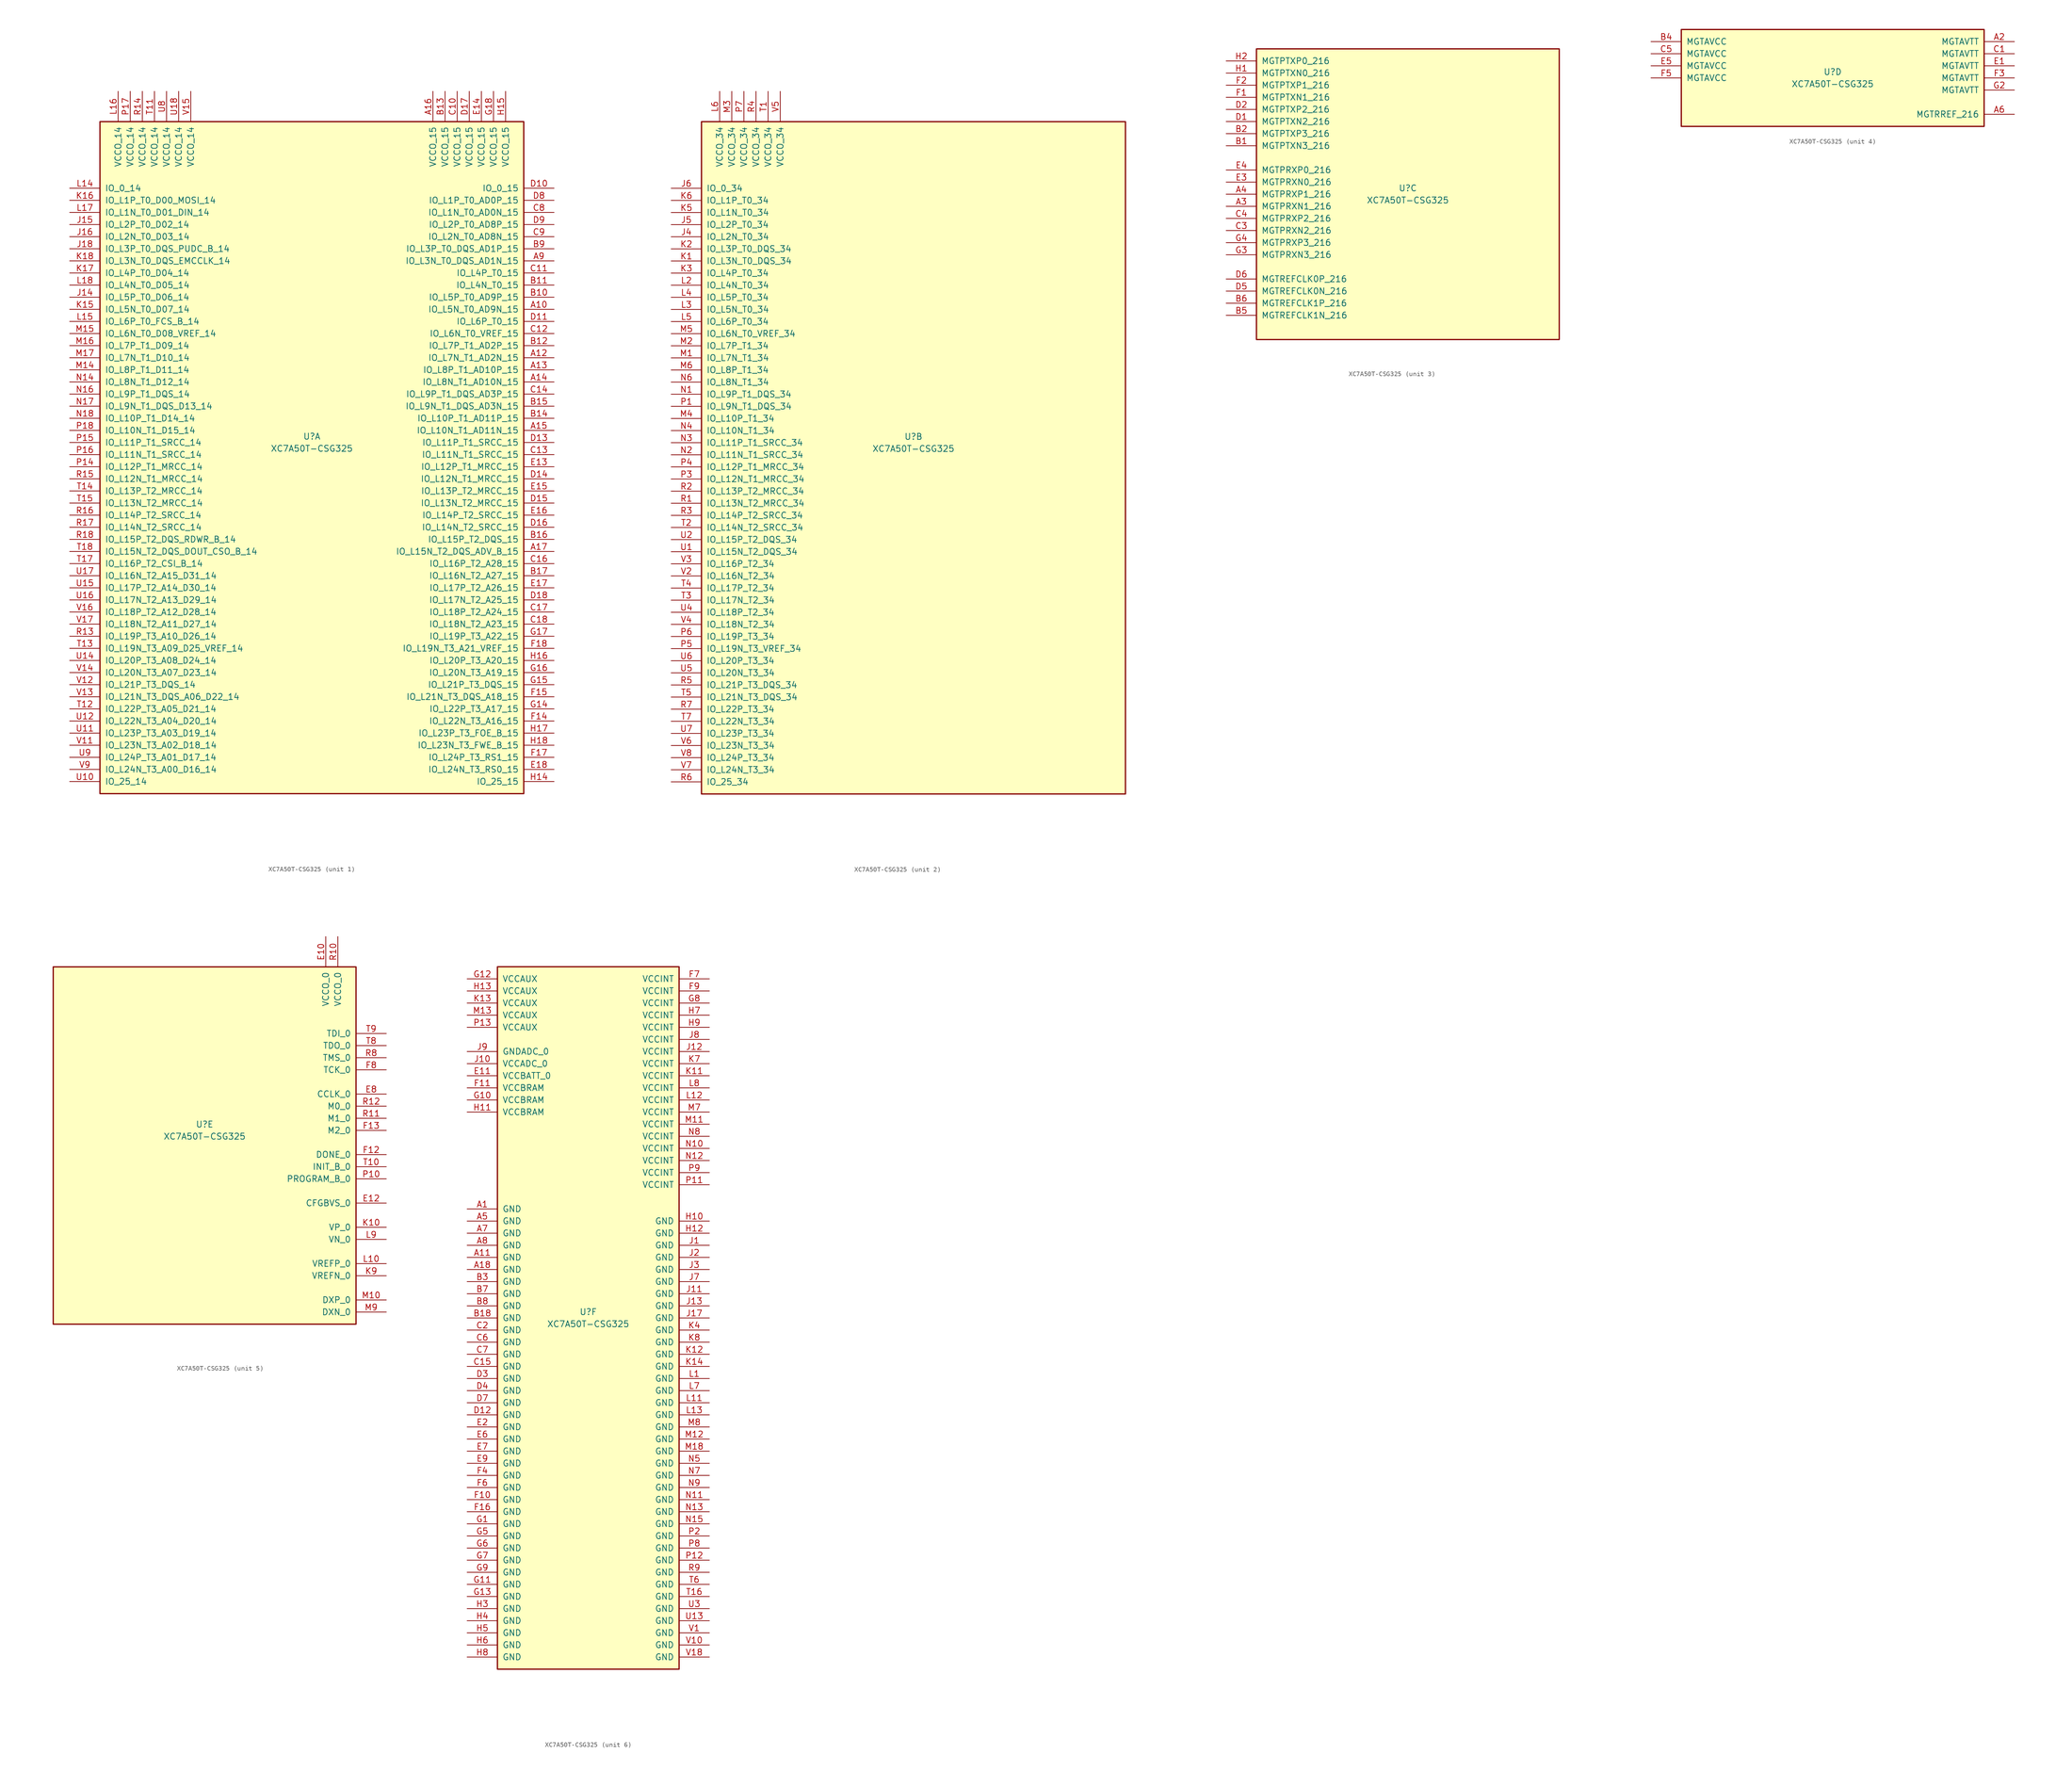
<source format=kicad_sym>
(kicad_symbol_lib
  (version 20201005)
  (generator kicad_symbol_editor)
  (symbol "FPGA_Xilinx_Artix7:XC7A50T-CSG325"
    (pin_names
      (offset 1.016))
    (property "Reference" "U"
      (at 0 1.27 0)
      (effects (font (size 1.27 1.27))))
    (property "Value" "XC7A50T-CSG325"
      (at 0 -1.27 0)
      (effects (font (size 1.27 1.27))))
    (property "Datasheet" ""
      (at 0 0 0)
      (effects (font (size 1.27 1.27))))
    (property "ki_locked" ""
      (at 0 0 0)
      (effects (font (size 1.27 1.27))))
    (symbol "XC7A50T-CSG325_1_1"
      (rectangle (start -44.45 67.31) (end 44.45 -73.66) (stroke (width 0.254)) (fill (type background)))
      (pin power_in line (at -40.64 73.66 270) (length 6.35) (name "VCCO_14" (effects (font (size 1.27 1.27)))) (number "L16" (effects (font (size 1.27 1.27)))))
      (pin power_in line (at -38.1 73.66 270) (length 6.35) (name "VCCO_14" (effects (font (size 1.27 1.27)))) (number "P17" (effects (font (size 1.27 1.27)))))
      (pin power_in line (at -35.56 73.66 270) (length 6.35) (name "VCCO_14" (effects (font (size 1.27 1.27)))) (number "R14" (effects (font (size 1.27 1.27)))))
      (pin power_in line (at -33.02 73.66 270) (length 6.35) (name "VCCO_14" (effects (font (size 1.27 1.27)))) (number "T11" (effects (font (size 1.27 1.27)))))
      (pin power_in line (at -30.48 73.66 270) (length 6.35) (name "VCCO_14" (effects (font (size 1.27 1.27)))) (number "U8" (effects (font (size 1.27 1.27)))))
      (pin power_in line (at -27.94 73.66 270) (length 6.35) (name "VCCO_14" (effects (font (size 1.27 1.27)))) (number "U18" (effects (font (size 1.27 1.27)))))
      (pin power_in line (at -25.4 73.66 270) (length 6.35) (name "VCCO_14" (effects (font (size 1.27 1.27)))) (number "V15" (effects (font (size 1.27 1.27)))))
      (pin bidirectional line (at -50.8 53.34 0) (length 6.35) (name "IO_0_14" (effects (font (size 1.27 1.27)))) (number "L14" (effects (font (size 1.27 1.27)))))
      (pin bidirectional line (at -50.8 50.8 0) (length 6.35) (name "IO_L1P_T0_D00_MOSI_14" (effects (font (size 1.27 1.27)))) (number "K16" (effects (font (size 1.27 1.27)))))
      (pin bidirectional line (at -50.8 48.26 0) (length 6.35) (name "IO_L1N_T0_D01_DIN_14" (effects (font (size 1.27 1.27)))) (number "L17" (effects (font (size 1.27 1.27)))))
      (pin bidirectional line (at -50.8 45.72 0) (length 6.35) (name "IO_L2P_T0_D02_14" (effects (font (size 1.27 1.27)))) (number "J15" (effects (font (size 1.27 1.27)))))
      (pin bidirectional line (at -50.8 43.18 0) (length 6.35) (name "IO_L2N_T0_D03_14" (effects (font (size 1.27 1.27)))) (number "J16" (effects (font (size 1.27 1.27)))))
      (pin bidirectional line (at -50.8 40.64 0) (length 6.35) (name "IO_L3P_T0_DQS_PUDC_B_14" (effects (font (size 1.27 1.27)))) (number "J18" (effects (font (size 1.27 1.27)))))
      (pin bidirectional line (at -50.8 38.1 0) (length 6.35) (name "IO_L3N_T0_DQS_EMCCLK_14" (effects (font (size 1.27 1.27)))) (number "K18" (effects (font (size 1.27 1.27)))))
      (pin bidirectional line (at -50.8 35.56 0) (length 6.35) (name "IO_L4P_T0_D04_14" (effects (font (size 1.27 1.27)))) (number "K17" (effects (font (size 1.27 1.27)))))
      (pin bidirectional line (at -50.8 33.02 0) (length 6.35) (name "IO_L4N_T0_D05_14" (effects (font (size 1.27 1.27)))) (number "L18" (effects (font (size 1.27 1.27)))))
      (pin bidirectional line (at -50.8 30.48 0) (length 6.35) (name "IO_L5P_T0_D06_14" (effects (font (size 1.27 1.27)))) (number "J14" (effects (font (size 1.27 1.27)))))
      (pin bidirectional line (at -50.8 27.94 0) (length 6.35) (name "IO_L5N_T0_D07_14" (effects (font (size 1.27 1.27)))) (number "K15" (effects (font (size 1.27 1.27)))))
      (pin bidirectional line (at -50.8 25.4 0) (length 6.35) (name "IO_L6P_T0_FCS_B_14" (effects (font (size 1.27 1.27)))) (number "L15" (effects (font (size 1.27 1.27)))))
      (pin bidirectional line (at -50.8 22.86 0) (length 6.35) (name "IO_L6N_T0_D08_VREF_14" (effects (font (size 1.27 1.27)))) (number "M15" (effects (font (size 1.27 1.27)))))
      (pin bidirectional line (at -50.8 20.32 0) (length 6.35) (name "IO_L7P_T1_D09_14" (effects (font (size 1.27 1.27)))) (number "M16" (effects (font (size 1.27 1.27)))))
      (pin bidirectional line (at -50.8 17.78 0) (length 6.35) (name "IO_L7N_T1_D10_14" (effects (font (size 1.27 1.27)))) (number "M17" (effects (font (size 1.27 1.27)))))
      (pin bidirectional line (at -50.8 15.24 0) (length 6.35) (name "IO_L8P_T1_D11_14" (effects (font (size 1.27 1.27)))) (number "M14" (effects (font (size 1.27 1.27)))))
      (pin bidirectional line (at -50.8 12.7 0) (length 6.35) (name "IO_L8N_T1_D12_14" (effects (font (size 1.27 1.27)))) (number "N14" (effects (font (size 1.27 1.27)))))
      (pin bidirectional line (at -50.8 10.16 0) (length 6.35) (name "IO_L9P_T1_DQS_14" (effects (font (size 1.27 1.27)))) (number "N16" (effects (font (size 1.27 1.27)))))
      (pin bidirectional line (at -50.8 7.62 0) (length 6.35) (name "IO_L9N_T1_DQS_D13_14" (effects (font (size 1.27 1.27)))) (number "N17" (effects (font (size 1.27 1.27)))))
      (pin bidirectional line (at -50.8 5.08 0) (length 6.35) (name "IO_L10P_T1_D14_14" (effects (font (size 1.27 1.27)))) (number "N18" (effects (font (size 1.27 1.27)))))
      (pin bidirectional line (at -50.8 2.54 0) (length 6.35) (name "IO_L10N_T1_D15_14" (effects (font (size 1.27 1.27)))) (number "P18" (effects (font (size 1.27 1.27)))))
      (pin bidirectional line (at -50.8 0 0) (length 6.35) (name "IO_L11P_T1_SRCC_14" (effects (font (size 1.27 1.27)))) (number "P15" (effects (font (size 1.27 1.27)))))
      (pin bidirectional line (at -50.8 -2.54 0) (length 6.35) (name "IO_L11N_T1_SRCC_14" (effects (font (size 1.27 1.27)))) (number "P16" (effects (font (size 1.27 1.27)))))
      (pin bidirectional line (at -50.8 -5.08 0) (length 6.35) (name "IO_L12P_T1_MRCC_14" (effects (font (size 1.27 1.27)))) (number "P14" (effects (font (size 1.27 1.27)))))
      (pin bidirectional line (at -50.8 -7.62 0) (length 6.35) (name "IO_L12N_T1_MRCC_14" (effects (font (size 1.27 1.27)))) (number "R15" (effects (font (size 1.27 1.27)))))
      (pin bidirectional line (at -50.8 -10.16 0) (length 6.35) (name "IO_L13P_T2_MRCC_14" (effects (font (size 1.27 1.27)))) (number "T14" (effects (font (size 1.27 1.27)))))
      (pin bidirectional line (at -50.8 -12.7 0) (length 6.35) (name "IO_L13N_T2_MRCC_14" (effects (font (size 1.27 1.27)))) (number "T15" (effects (font (size 1.27 1.27)))))
      (pin bidirectional line (at -50.8 -15.24 0) (length 6.35) (name "IO_L14P_T2_SRCC_14" (effects (font (size 1.27 1.27)))) (number "R16" (effects (font (size 1.27 1.27)))))
      (pin bidirectional line (at -50.8 -17.78 0) (length 6.35) (name "IO_L14N_T2_SRCC_14" (effects (font (size 1.27 1.27)))) (number "R17" (effects (font (size 1.27 1.27)))))
      (pin bidirectional line (at -50.8 -20.32 0) (length 6.35) (name "IO_L15P_T2_DQS_RDWR_B_14" (effects (font (size 1.27 1.27)))) (number "R18" (effects (font (size 1.27 1.27)))))
      (pin bidirectional line (at -50.8 -22.86 0) (length 6.35) (name "IO_L15N_T2_DQS_DOUT_CSO_B_14" (effects (font (size 1.27 1.27)))) (number "T18" (effects (font (size 1.27 1.27)))))
      (pin bidirectional line (at -50.8 -25.4 0) (length 6.35) (name "IO_L16P_T2_CSI_B_14" (effects (font (size 1.27 1.27)))) (number "T17" (effects (font (size 1.27 1.27)))))
      (pin bidirectional line (at -50.8 -27.94 0) (length 6.35) (name "IO_L16N_T2_A15_D31_14" (effects (font (size 1.27 1.27)))) (number "U17" (effects (font (size 1.27 1.27)))))
      (pin bidirectional line (at -50.8 -30.48 0) (length 6.35) (name "IO_L17P_T2_A14_D30_14" (effects (font (size 1.27 1.27)))) (number "U15" (effects (font (size 1.27 1.27)))))
      (pin bidirectional line (at -50.8 -33.02 0) (length 6.35) (name "IO_L17N_T2_A13_D29_14" (effects (font (size 1.27 1.27)))) (number "U16" (effects (font (size 1.27 1.27)))))
      (pin bidirectional line (at -50.8 -35.56 0) (length 6.35) (name "IO_L18P_T2_A12_D28_14" (effects (font (size 1.27 1.27)))) (number "V16" (effects (font (size 1.27 1.27)))))
      (pin bidirectional line (at -50.8 -38.1 0) (length 6.35) (name "IO_L18N_T2_A11_D27_14" (effects (font (size 1.27 1.27)))) (number "V17" (effects (font (size 1.27 1.27)))))
      (pin bidirectional line (at -50.8 -40.64 0) (length 6.35) (name "IO_L19P_T3_A10_D26_14" (effects (font (size 1.27 1.27)))) (number "R13" (effects (font (size 1.27 1.27)))))
      (pin bidirectional line (at -50.8 -43.18 0) (length 6.35) (name "IO_L19N_T3_A09_D25_VREF_14" (effects (font (size 1.27 1.27)))) (number "T13" (effects (font (size 1.27 1.27)))))
      (pin bidirectional line (at -50.8 -45.72 0) (length 6.35) (name "IO_L20P_T3_A08_D24_14" (effects (font (size 1.27 1.27)))) (number "U14" (effects (font (size 1.27 1.27)))))
      (pin bidirectional line (at -50.8 -48.26 0) (length 6.35) (name "IO_L20N_T3_A07_D23_14" (effects (font (size 1.27 1.27)))) (number "V14" (effects (font (size 1.27 1.27)))))
      (pin bidirectional line (at -50.8 -50.8 0) (length 6.35) (name "IO_L21P_T3_DQS_14" (effects (font (size 1.27 1.27)))) (number "V12" (effects (font (size 1.27 1.27)))))
      (pin bidirectional line (at -50.8 -53.34 0) (length 6.35) (name "IO_L21N_T3_DQS_A06_D22_14" (effects (font (size 1.27 1.27)))) (number "V13" (effects (font (size 1.27 1.27)))))
      (pin bidirectional line (at -50.8 -55.88 0) (length 6.35) (name "IO_L22P_T3_A05_D21_14" (effects (font (size 1.27 1.27)))) (number "T12" (effects (font (size 1.27 1.27)))))
      (pin bidirectional line (at -50.8 -58.42 0) (length 6.35) (name "IO_L22N_T3_A04_D20_14" (effects (font (size 1.27 1.27)))) (number "U12" (effects (font (size 1.27 1.27)))))
      (pin bidirectional line (at -50.8 -60.96 0) (length 6.35) (name "IO_L23P_T3_A03_D19_14" (effects (font (size 1.27 1.27)))) (number "U11" (effects (font (size 1.27 1.27)))))
      (pin bidirectional line (at -50.8 -63.5 0) (length 6.35) (name "IO_L23N_T3_A02_D18_14" (effects (font (size 1.27 1.27)))) (number "V11" (effects (font (size 1.27 1.27)))))
      (pin bidirectional line (at -50.8 -66.04 0) (length 6.35) (name "IO_L24P_T3_A01_D17_14" (effects (font (size 1.27 1.27)))) (number "U9" (effects (font (size 1.27 1.27)))))
      (pin bidirectional line (at -50.8 -68.58 0) (length 6.35) (name "IO_L24N_T3_A00_D16_14" (effects (font (size 1.27 1.27)))) (number "V9" (effects (font (size 1.27 1.27)))))
      (pin bidirectional line (at -50.8 -71.12 0) (length 6.35) (name "IO_25_14" (effects (font (size 1.27 1.27)))) (number "U10" (effects (font (size 1.27 1.27)))))
      (pin power_in line (at 25.4 73.66 270) (length 6.35) (name "VCCO_15" (effects (font (size 1.27 1.27)))) (number "A16" (effects (font (size 1.27 1.27)))))
      (pin power_in line (at 27.94 73.66 270) (length 6.35) (name "VCCO_15" (effects (font (size 1.27 1.27)))) (number "B13" (effects (font (size 1.27 1.27)))))
      (pin power_in line (at 30.48 73.66 270) (length 6.35) (name "VCCO_15" (effects (font (size 1.27 1.27)))) (number "C10" (effects (font (size 1.27 1.27)))))
      (pin power_in line (at 33.02 73.66 270) (length 6.35) (name "VCCO_15" (effects (font (size 1.27 1.27)))) (number "D17" (effects (font (size 1.27 1.27)))))
      (pin power_in line (at 35.56 73.66 270) (length 6.35) (name "VCCO_15" (effects (font (size 1.27 1.27)))) (number "E14" (effects (font (size 1.27 1.27)))))
      (pin power_in line (at 38.1 73.66 270) (length 6.35) (name "VCCO_15" (effects (font (size 1.27 1.27)))) (number "G18" (effects (font (size 1.27 1.27)))))
      (pin power_in line (at 40.64 73.66 270) (length 6.35) (name "VCCO_15" (effects (font (size 1.27 1.27)))) (number "H15" (effects (font (size 1.27 1.27)))))
      (pin bidirectional line (at 50.8 53.34 180) (length 6.35) (name "IO_0_15" (effects (font (size 1.27 1.27)))) (number "D10" (effects (font (size 1.27 1.27)))))
      (pin bidirectional line (at 50.8 50.8 180) (length 6.35) (name "IO_L1P_T0_AD0P_15" (effects (font (size 1.27 1.27)))) (number "D8" (effects (font (size 1.27 1.27)))))
      (pin bidirectional line (at 50.8 48.26 180) (length 6.35) (name "IO_L1N_T0_AD0N_15" (effects (font (size 1.27 1.27)))) (number "C8" (effects (font (size 1.27 1.27)))))
      (pin bidirectional line (at 50.8 45.72 180) (length 6.35) (name "IO_L2P_T0_AD8P_15" (effects (font (size 1.27 1.27)))) (number "D9" (effects (font (size 1.27 1.27)))))
      (pin bidirectional line (at 50.8 43.18 180) (length 6.35) (name "IO_L2N_T0_AD8N_15" (effects (font (size 1.27 1.27)))) (number "C9" (effects (font (size 1.27 1.27)))))
      (pin bidirectional line (at 50.8 40.64 180) (length 6.35) (name "IO_L3P_T0_DQS_AD1P_15" (effects (font (size 1.27 1.27)))) (number "B9" (effects (font (size 1.27 1.27)))))
      (pin bidirectional line (at 50.8 38.1 180) (length 6.35) (name "IO_L3N_T0_DQS_AD1N_15" (effects (font (size 1.27 1.27)))) (number "A9" (effects (font (size 1.27 1.27)))))
      (pin bidirectional line (at 50.8 35.56 180) (length 6.35) (name "IO_L4P_T0_15" (effects (font (size 1.27 1.27)))) (number "C11" (effects (font (size 1.27 1.27)))))
      (pin bidirectional line (at 50.8 33.02 180) (length 6.35) (name "IO_L4N_T0_15" (effects (font (size 1.27 1.27)))) (number "B11" (effects (font (size 1.27 1.27)))))
      (pin bidirectional line (at 50.8 30.48 180) (length 6.35) (name "IO_L5P_T0_AD9P_15" (effects (font (size 1.27 1.27)))) (number "B10" (effects (font (size 1.27 1.27)))))
      (pin bidirectional line (at 50.8 27.94 180) (length 6.35) (name "IO_L5N_T0_AD9N_15" (effects (font (size 1.27 1.27)))) (number "A10" (effects (font (size 1.27 1.27)))))
      (pin bidirectional line (at 50.8 25.4 180) (length 6.35) (name "IO_L6P_T0_15" (effects (font (size 1.27 1.27)))) (number "D11" (effects (font (size 1.27 1.27)))))
      (pin bidirectional line (at 50.8 22.86 180) (length 6.35) (name "IO_L6N_T0_VREF_15" (effects (font (size 1.27 1.27)))) (number "C12" (effects (font (size 1.27 1.27)))))
      (pin bidirectional line (at 50.8 20.32 180) (length 6.35) (name "IO_L7P_T1_AD2P_15" (effects (font (size 1.27 1.27)))) (number "B12" (effects (font (size 1.27 1.27)))))
      (pin bidirectional line (at 50.8 17.78 180) (length 6.35) (name "IO_L7N_T1_AD2N_15" (effects (font (size 1.27 1.27)))) (number "A12" (effects (font (size 1.27 1.27)))))
      (pin bidirectional line (at 50.8 15.24 180) (length 6.35) (name "IO_L8P_T1_AD10P_15" (effects (font (size 1.27 1.27)))) (number "A13" (effects (font (size 1.27 1.27)))))
      (pin bidirectional line (at 50.8 12.7 180) (length 6.35) (name "IO_L8N_T1_AD10N_15" (effects (font (size 1.27 1.27)))) (number "A14" (effects (font (size 1.27 1.27)))))
      (pin bidirectional line (at 50.8 10.16 180) (length 6.35) (name "IO_L9P_T1_DQS_AD3P_15" (effects (font (size 1.27 1.27)))) (number "C14" (effects (font (size 1.27 1.27)))))
      (pin bidirectional line (at 50.8 7.62 180) (length 6.35) (name "IO_L9N_T1_DQS_AD3N_15" (effects (font (size 1.27 1.27)))) (number "B15" (effects (font (size 1.27 1.27)))))
      (pin bidirectional line (at 50.8 5.08 180) (length 6.35) (name "IO_L10P_T1_AD11P_15" (effects (font (size 1.27 1.27)))) (number "B14" (effects (font (size 1.27 1.27)))))
      (pin bidirectional line (at 50.8 2.54 180) (length 6.35) (name "IO_L10N_T1_AD11N_15" (effects (font (size 1.27 1.27)))) (number "A15" (effects (font (size 1.27 1.27)))))
      (pin bidirectional line (at 50.8 0 180) (length 6.35) (name "IO_L11P_T1_SRCC_15" (effects (font (size 1.27 1.27)))) (number "D13" (effects (font (size 1.27 1.27)))))
      (pin bidirectional line (at 50.8 -2.54 180) (length 6.35) (name "IO_L11N_T1_SRCC_15" (effects (font (size 1.27 1.27)))) (number "C13" (effects (font (size 1.27 1.27)))))
      (pin bidirectional line (at 50.8 -5.08 180) (length 6.35) (name "IO_L12P_T1_MRCC_15" (effects (font (size 1.27 1.27)))) (number "E13" (effects (font (size 1.27 1.27)))))
      (pin bidirectional line (at 50.8 -7.62 180) (length 6.35) (name "IO_L12N_T1_MRCC_15" (effects (font (size 1.27 1.27)))) (number "D14" (effects (font (size 1.27 1.27)))))
      (pin bidirectional line (at 50.8 -10.16 180) (length 6.35) (name "IO_L13P_T2_MRCC_15" (effects (font (size 1.27 1.27)))) (number "E15" (effects (font (size 1.27 1.27)))))
      (pin bidirectional line (at 50.8 -12.7 180) (length 6.35) (name "IO_L13N_T2_MRCC_15" (effects (font (size 1.27 1.27)))) (number "D15" (effects (font (size 1.27 1.27)))))
      (pin bidirectional line (at 50.8 -15.24 180) (length 6.35) (name "IO_L14P_T2_SRCC_15" (effects (font (size 1.27 1.27)))) (number "E16" (effects (font (size 1.27 1.27)))))
      (pin bidirectional line (at 50.8 -17.78 180) (length 6.35) (name "IO_L14N_T2_SRCC_15" (effects (font (size 1.27 1.27)))) (number "D16" (effects (font (size 1.27 1.27)))))
      (pin bidirectional line (at 50.8 -20.32 180) (length 6.35) (name "IO_L15P_T2_DQS_15" (effects (font (size 1.27 1.27)))) (number "B16" (effects (font (size 1.27 1.27)))))
      (pin bidirectional line (at 50.8 -22.86 180) (length 6.35) (name "IO_L15N_T2_DQS_ADV_B_15" (effects (font (size 1.27 1.27)))) (number "A17" (effects (font (size 1.27 1.27)))))
      (pin bidirectional line (at 50.8 -25.4 180) (length 6.35) (name "IO_L16P_T2_A28_15" (effects (font (size 1.27 1.27)))) (number "C16" (effects (font (size 1.27 1.27)))))
      (pin bidirectional line (at 50.8 -27.94 180) (length 6.35) (name "IO_L16N_T2_A27_15" (effects (font (size 1.27 1.27)))) (number "B17" (effects (font (size 1.27 1.27)))))
      (pin bidirectional line (at 50.8 -30.48 180) (length 6.35) (name "IO_L17P_T2_A26_15" (effects (font (size 1.27 1.27)))) (number "E17" (effects (font (size 1.27 1.27)))))
      (pin bidirectional line (at 50.8 -33.02 180) (length 6.35) (name "IO_L17N_T2_A25_15" (effects (font (size 1.27 1.27)))) (number "D18" (effects (font (size 1.27 1.27)))))
      (pin bidirectional line (at 50.8 -35.56 180) (length 6.35) (name "IO_L18P_T2_A24_15" (effects (font (size 1.27 1.27)))) (number "C17" (effects (font (size 1.27 1.27)))))
      (pin bidirectional line (at 50.8 -38.1 180) (length 6.35) (name "IO_L18N_T2_A23_15" (effects (font (size 1.27 1.27)))) (number "C18" (effects (font (size 1.27 1.27)))))
      (pin bidirectional line (at 50.8 -40.64 180) (length 6.35) (name "IO_L19P_T3_A22_15" (effects (font (size 1.27 1.27)))) (number "G17" (effects (font (size 1.27 1.27)))))
      (pin bidirectional line (at 50.8 -43.18 180) (length 6.35) (name "IO_L19N_T3_A21_VREF_15" (effects (font (size 1.27 1.27)))) (number "F18" (effects (font (size 1.27 1.27)))))
      (pin bidirectional line (at 50.8 -45.72 180) (length 6.35) (name "IO_L20P_T3_A20_15" (effects (font (size 1.27 1.27)))) (number "H16" (effects (font (size 1.27 1.27)))))
      (pin bidirectional line (at 50.8 -48.26 180) (length 6.35) (name "IO_L20N_T3_A19_15" (effects (font (size 1.27 1.27)))) (number "G16" (effects (font (size 1.27 1.27)))))
      (pin bidirectional line (at 50.8 -50.8 180) (length 6.35) (name "IO_L21P_T3_DQS_15" (effects (font (size 1.27 1.27)))) (number "G15" (effects (font (size 1.27 1.27)))))
      (pin bidirectional line (at 50.8 -53.34 180) (length 6.35) (name "IO_L21N_T3_DQS_A18_15" (effects (font (size 1.27 1.27)))) (number "F15" (effects (font (size 1.27 1.27)))))
      (pin bidirectional line (at 50.8 -55.88 180) (length 6.35) (name "IO_L22P_T3_A17_15" (effects (font (size 1.27 1.27)))) (number "G14" (effects (font (size 1.27 1.27)))))
      (pin bidirectional line (at 50.8 -58.42 180) (length 6.35) (name "IO_L22N_T3_A16_15" (effects (font (size 1.27 1.27)))) (number "F14" (effects (font (size 1.27 1.27)))))
      (pin bidirectional line (at 50.8 -60.96 180) (length 6.35) (name "IO_L23P_T3_FOE_B_15" (effects (font (size 1.27 1.27)))) (number "H17" (effects (font (size 1.27 1.27)))))
      (pin bidirectional line (at 50.8 -63.5 180) (length 6.35) (name "IO_L23N_T3_FWE_B_15" (effects (font (size 1.27 1.27)))) (number "H18" (effects (font (size 1.27 1.27)))))
      (pin bidirectional line (at 50.8 -66.04 180) (length 6.35) (name "IO_L24P_T3_RS1_15" (effects (font (size 1.27 1.27)))) (number "F17" (effects (font (size 1.27 1.27)))))
      (pin bidirectional line (at 50.8 -68.58 180) (length 6.35) (name "IO_L24N_T3_RS0_15" (effects (font (size 1.27 1.27)))) (number "E18" (effects (font (size 1.27 1.27)))))
      (pin bidirectional line (at 50.8 -71.12 180) (length 6.35) (name "IO_25_15" (effects (font (size 1.27 1.27)))) (number "H14" (effects (font (size 1.27 1.27))))))
    (symbol "XC7A50T-CSG325_2_1"
      (rectangle (start -44.45 67.31) (end 44.45 -73.66) (stroke (width 0.254)) (fill (type background)))
      (pin power_in line (at -40.64 73.66 270) (length 6.35) (name "VCCO_34" (effects (font (size 1.27 1.27)))) (number "L6" (effects (font (size 1.27 1.27)))))
      (pin power_in line (at -38.1 73.66 270) (length 6.35) (name "VCCO_34" (effects (font (size 1.27 1.27)))) (number "M3" (effects (font (size 1.27 1.27)))))
      (pin power_in line (at -35.56 73.66 270) (length 6.35) (name "VCCO_34" (effects (font (size 1.27 1.27)))) (number "P7" (effects (font (size 1.27 1.27)))))
      (pin power_in line (at -33.02 73.66 270) (length 6.35) (name "VCCO_34" (effects (font (size 1.27 1.27)))) (number "R4" (effects (font (size 1.27 1.27)))))
      (pin power_in line (at -30.48 73.66 270) (length 6.35) (name "VCCO_34" (effects (font (size 1.27 1.27)))) (number "T1" (effects (font (size 1.27 1.27)))))
      (pin power_in line (at -27.94 73.66 270) (length 6.35) (name "VCCO_34" (effects (font (size 1.27 1.27)))) (number "V5" (effects (font (size 1.27 1.27)))))
      (pin bidirectional line (at -50.8 53.34 0) (length 6.35) (name "IO_0_34" (effects (font (size 1.27 1.27)))) (number "J6" (effects (font (size 1.27 1.27)))))
      (pin bidirectional line (at -50.8 50.8 0) (length 6.35) (name "IO_L1P_T0_34" (effects (font (size 1.27 1.27)))) (number "K6" (effects (font (size 1.27 1.27)))))
      (pin bidirectional line (at -50.8 48.26 0) (length 6.35) (name "IO_L1N_T0_34" (effects (font (size 1.27 1.27)))) (number "K5" (effects (font (size 1.27 1.27)))))
      (pin bidirectional line (at -50.8 45.72 0) (length 6.35) (name "IO_L2P_T0_34" (effects (font (size 1.27 1.27)))) (number "J5" (effects (font (size 1.27 1.27)))))
      (pin bidirectional line (at -50.8 43.18 0) (length 6.35) (name "IO_L2N_T0_34" (effects (font (size 1.27 1.27)))) (number "J4" (effects (font (size 1.27 1.27)))))
      (pin bidirectional line (at -50.8 40.64 0) (length 6.35) (name "IO_L3P_T0_DQS_34" (effects (font (size 1.27 1.27)))) (number "K2" (effects (font (size 1.27 1.27)))))
      (pin bidirectional line (at -50.8 38.1 0) (length 6.35) (name "IO_L3N_T0_DQS_34" (effects (font (size 1.27 1.27)))) (number "K1" (effects (font (size 1.27 1.27)))))
      (pin bidirectional line (at -50.8 35.56 0) (length 6.35) (name "IO_L4P_T0_34" (effects (font (size 1.27 1.27)))) (number "K3" (effects (font (size 1.27 1.27)))))
      (pin bidirectional line (at -50.8 33.02 0) (length 6.35) (name "IO_L4N_T0_34" (effects (font (size 1.27 1.27)))) (number "L2" (effects (font (size 1.27 1.27)))))
      (pin bidirectional line (at -50.8 30.48 0) (length 6.35) (name "IO_L5P_T0_34" (effects (font (size 1.27 1.27)))) (number "L4" (effects (font (size 1.27 1.27)))))
      (pin bidirectional line (at -50.8 27.94 0) (length 6.35) (name "IO_L5N_T0_34" (effects (font (size 1.27 1.27)))) (number "L3" (effects (font (size 1.27 1.27)))))
      (pin bidirectional line (at -50.8 25.4 0) (length 6.35) (name "IO_L6P_T0_34" (effects (font (size 1.27 1.27)))) (number "L5" (effects (font (size 1.27 1.27)))))
      (pin bidirectional line (at -50.8 22.86 0) (length 6.35) (name "IO_L6N_T0_VREF_34" (effects (font (size 1.27 1.27)))) (number "M5" (effects (font (size 1.27 1.27)))))
      (pin bidirectional line (at -50.8 20.32 0) (length 6.35) (name "IO_L7P_T1_34" (effects (font (size 1.27 1.27)))) (number "M2" (effects (font (size 1.27 1.27)))))
      (pin bidirectional line (at -50.8 17.78 0) (length 6.35) (name "IO_L7N_T1_34" (effects (font (size 1.27 1.27)))) (number "M1" (effects (font (size 1.27 1.27)))))
      (pin bidirectional line (at -50.8 15.24 0) (length 6.35) (name "IO_L8P_T1_34" (effects (font (size 1.27 1.27)))) (number "M6" (effects (font (size 1.27 1.27)))))
      (pin bidirectional line (at -50.8 12.7 0) (length 6.35) (name "IO_L8N_T1_34" (effects (font (size 1.27 1.27)))) (number "N6" (effects (font (size 1.27 1.27)))))
      (pin bidirectional line (at -50.8 10.16 0) (length 6.35) (name "IO_L9P_T1_DQS_34" (effects (font (size 1.27 1.27)))) (number "N1" (effects (font (size 1.27 1.27)))))
      (pin bidirectional line (at -50.8 7.62 0) (length 6.35) (name "IO_L9N_T1_DQS_34" (effects (font (size 1.27 1.27)))) (number "P1" (effects (font (size 1.27 1.27)))))
      (pin bidirectional line (at -50.8 5.08 0) (length 6.35) (name "IO_L10P_T1_34" (effects (font (size 1.27 1.27)))) (number "M4" (effects (font (size 1.27 1.27)))))
      (pin bidirectional line (at -50.8 2.54 0) (length 6.35) (name "IO_L10N_T1_34" (effects (font (size 1.27 1.27)))) (number "N4" (effects (font (size 1.27 1.27)))))
      (pin bidirectional line (at -50.8 0 0) (length 6.35) (name "IO_L11P_T1_SRCC_34" (effects (font (size 1.27 1.27)))) (number "N3" (effects (font (size 1.27 1.27)))))
      (pin bidirectional line (at -50.8 -2.54 0) (length 6.35) (name "IO_L11N_T1_SRCC_34" (effects (font (size 1.27 1.27)))) (number "N2" (effects (font (size 1.27 1.27)))))
      (pin bidirectional line (at -50.8 -5.08 0) (length 6.35) (name "IO_L12P_T1_MRCC_34" (effects (font (size 1.27 1.27)))) (number "P4" (effects (font (size 1.27 1.27)))))
      (pin bidirectional line (at -50.8 -7.62 0) (length 6.35) (name "IO_L12N_T1_MRCC_34" (effects (font (size 1.27 1.27)))) (number "P3" (effects (font (size 1.27 1.27)))))
      (pin bidirectional line (at -50.8 -10.16 0) (length 6.35) (name "IO_L13P_T2_MRCC_34" (effects (font (size 1.27 1.27)))) (number "R2" (effects (font (size 1.27 1.27)))))
      (pin bidirectional line (at -50.8 -12.7 0) (length 6.35) (name "IO_L13N_T2_MRCC_34" (effects (font (size 1.27 1.27)))) (number "R1" (effects (font (size 1.27 1.27)))))
      (pin bidirectional line (at -50.8 -15.24 0) (length 6.35) (name "IO_L14P_T2_SRCC_34" (effects (font (size 1.27 1.27)))) (number "R3" (effects (font (size 1.27 1.27)))))
      (pin bidirectional line (at -50.8 -17.78 0) (length 6.35) (name "IO_L14N_T2_SRCC_34" (effects (font (size 1.27 1.27)))) (number "T2" (effects (font (size 1.27 1.27)))))
      (pin bidirectional line (at -50.8 -20.32 0) (length 6.35) (name "IO_L15P_T2_DQS_34" (effects (font (size 1.27 1.27)))) (number "U2" (effects (font (size 1.27 1.27)))))
      (pin bidirectional line (at -50.8 -22.86 0) (length 6.35) (name "IO_L15N_T2_DQS_34" (effects (font (size 1.27 1.27)))) (number "U1" (effects (font (size 1.27 1.27)))))
      (pin bidirectional line (at -50.8 -25.4 0) (length 6.35) (name "IO_L16P_T2_34" (effects (font (size 1.27 1.27)))) (number "V3" (effects (font (size 1.27 1.27)))))
      (pin bidirectional line (at -50.8 -27.94 0) (length 6.35) (name "IO_L16N_T2_34" (effects (font (size 1.27 1.27)))) (number "V2" (effects (font (size 1.27 1.27)))))
      (pin bidirectional line (at -50.8 -30.48 0) (length 6.35) (name "IO_L17P_T2_34" (effects (font (size 1.27 1.27)))) (number "T4" (effects (font (size 1.27 1.27)))))
      (pin bidirectional line (at -50.8 -33.02 0) (length 6.35) (name "IO_L17N_T2_34" (effects (font (size 1.27 1.27)))) (number "T3" (effects (font (size 1.27 1.27)))))
      (pin bidirectional line (at -50.8 -35.56 0) (length 6.35) (name "IO_L18P_T2_34" (effects (font (size 1.27 1.27)))) (number "U4" (effects (font (size 1.27 1.27)))))
      (pin bidirectional line (at -50.8 -38.1 0) (length 6.35) (name "IO_L18N_T2_34" (effects (font (size 1.27 1.27)))) (number "V4" (effects (font (size 1.27 1.27)))))
      (pin bidirectional line (at -50.8 -40.64 0) (length 6.35) (name "IO_L19P_T3_34" (effects (font (size 1.27 1.27)))) (number "P6" (effects (font (size 1.27 1.27)))))
      (pin bidirectional line (at -50.8 -43.18 0) (length 6.35) (name "IO_L19N_T3_VREF_34" (effects (font (size 1.27 1.27)))) (number "P5" (effects (font (size 1.27 1.27)))))
      (pin bidirectional line (at -50.8 -45.72 0) (length 6.35) (name "IO_L20P_T3_34" (effects (font (size 1.27 1.27)))) (number "U6" (effects (font (size 1.27 1.27)))))
      (pin bidirectional line (at -50.8 -48.26 0) (length 6.35) (name "IO_L20N_T3_34" (effects (font (size 1.27 1.27)))) (number "U5" (effects (font (size 1.27 1.27)))))
      (pin bidirectional line (at -50.8 -50.8 0) (length 6.35) (name "IO_L21P_T3_DQS_34" (effects (font (size 1.27 1.27)))) (number "R5" (effects (font (size 1.27 1.27)))))
      (pin bidirectional line (at -50.8 -53.34 0) (length 6.35) (name "IO_L21N_T3_DQS_34" (effects (font (size 1.27 1.27)))) (number "T5" (effects (font (size 1.27 1.27)))))
      (pin bidirectional line (at -50.8 -55.88 0) (length 6.35) (name "IO_L22P_T3_34" (effects (font (size 1.27 1.27)))) (number "R7" (effects (font (size 1.27 1.27)))))
      (pin bidirectional line (at -50.8 -58.42 0) (length 6.35) (name "IO_L22N_T3_34" (effects (font (size 1.27 1.27)))) (number "T7" (effects (font (size 1.27 1.27)))))
      (pin bidirectional line (at -50.8 -60.96 0) (length 6.35) (name "IO_L23P_T3_34" (effects (font (size 1.27 1.27)))) (number "U7" (effects (font (size 1.27 1.27)))))
      (pin bidirectional line (at -50.8 -63.5 0) (length 6.35) (name "IO_L23N_T3_34" (effects (font (size 1.27 1.27)))) (number "V6" (effects (font (size 1.27 1.27)))))
      (pin bidirectional line (at -50.8 -66.04 0) (length 6.35) (name "IO_L24P_T3_34" (effects (font (size 1.27 1.27)))) (number "V8" (effects (font (size 1.27 1.27)))))
      (pin bidirectional line (at -50.8 -68.58 0) (length 6.35) (name "IO_L24N_T3_34" (effects (font (size 1.27 1.27)))) (number "V7" (effects (font (size 1.27 1.27)))))
      (pin bidirectional line (at -50.8 -71.12 0) (length 6.35) (name "IO_25_34" (effects (font (size 1.27 1.27)))) (number "R6" (effects (font (size 1.27 1.27))))))
    (symbol "XC7A50T-CSG325_3_1"
      (rectangle (start -31.75 30.48) (end 31.75 -30.48) (stroke (width 0.254)) (fill (type background)))
      (pin bidirectional line (at -38.1 27.94 0) (length 6.35) (name "MGTPTXP0_216" (effects (font (size 1.27 1.27)))) (number "H2" (effects (font (size 1.27 1.27)))))
      (pin bidirectional line (at -38.1 25.4 0) (length 6.35) (name "MGTPTXN0_216" (effects (font (size 1.27 1.27)))) (number "H1" (effects (font (size 1.27 1.27)))))
      (pin bidirectional line (at -38.1 22.86 0) (length 6.35) (name "MGTPTXP1_216" (effects (font (size 1.27 1.27)))) (number "F2" (effects (font (size 1.27 1.27)))))
      (pin bidirectional line (at -38.1 20.32 0) (length 6.35) (name "MGTPTXN1_216" (effects (font (size 1.27 1.27)))) (number "F1" (effects (font (size 1.27 1.27)))))
      (pin bidirectional line (at -38.1 17.78 0) (length 6.35) (name "MGTPTXP2_216" (effects (font (size 1.27 1.27)))) (number "D2" (effects (font (size 1.27 1.27)))))
      (pin bidirectional line (at -38.1 15.24 0) (length 6.35) (name "MGTPTXN2_216" (effects (font (size 1.27 1.27)))) (number "D1" (effects (font (size 1.27 1.27)))))
      (pin bidirectional line (at -38.1 12.7 0) (length 6.35) (name "MGTPTXP3_216" (effects (font (size 1.27 1.27)))) (number "B2" (effects (font (size 1.27 1.27)))))
      (pin bidirectional line (at -38.1 10.16 0) (length 6.35) (name "MGTPTXN3_216" (effects (font (size 1.27 1.27)))) (number "B1" (effects (font (size 1.27 1.27)))))
      (pin bidirectional line (at -38.1 5.08 0) (length 6.35) (name "MGTPRXP0_216" (effects (font (size 1.27 1.27)))) (number "E4" (effects (font (size 1.27 1.27)))))
      (pin bidirectional line (at -38.1 2.54 0) (length 6.35) (name "MGTPRXN0_216" (effects (font (size 1.27 1.27)))) (number "E3" (effects (font (size 1.27 1.27)))))
      (pin bidirectional line (at -38.1 0 0) (length 6.35) (name "MGTPRXP1_216" (effects (font (size 1.27 1.27)))) (number "A4" (effects (font (size 1.27 1.27)))))
      (pin bidirectional line (at -38.1 -2.54 0) (length 6.35) (name "MGTPRXN1_216" (effects (font (size 1.27 1.27)))) (number "A3" (effects (font (size 1.27 1.27)))))
      (pin bidirectional line (at -38.1 -5.08 0) (length 6.35) (name "MGTPRXP2_216" (effects (font (size 1.27 1.27)))) (number "C4" (effects (font (size 1.27 1.27)))))
      (pin bidirectional line (at -38.1 -7.62 0) (length 6.35) (name "MGTPRXN2_216" (effects (font (size 1.27 1.27)))) (number "C3" (effects (font (size 1.27 1.27)))))
      (pin bidirectional line (at -38.1 -10.16 0) (length 6.35) (name "MGTPRXP3_216" (effects (font (size 1.27 1.27)))) (number "G4" (effects (font (size 1.27 1.27)))))
      (pin bidirectional line (at -38.1 -12.7 0) (length 6.35) (name "MGTPRXN3_216" (effects (font (size 1.27 1.27)))) (number "G3" (effects (font (size 1.27 1.27)))))
      (pin bidirectional line (at -38.1 -17.78 0) (length 6.35) (name "MGTREFCLK0P_216" (effects (font (size 1.27 1.27)))) (number "D6" (effects (font (size 1.27 1.27)))))
      (pin bidirectional line (at -38.1 -20.32 0) (length 6.35) (name "MGTREFCLK0N_216" (effects (font (size 1.27 1.27)))) (number "D5" (effects (font (size 1.27 1.27)))))
      (pin bidirectional line (at -38.1 -22.86 0) (length 6.35) (name "MGTREFCLK1P_216" (effects (font (size 1.27 1.27)))) (number "B6" (effects (font (size 1.27 1.27)))))
      (pin bidirectional line (at -38.1 -25.4 0) (length 6.35) (name "MGTREFCLK1N_216" (effects (font (size 1.27 1.27)))) (number "B5" (effects (font (size 1.27 1.27))))))
    (symbol "XC7A50T-CSG325_4_1"
      (rectangle (start -31.75 10.16) (end 31.75 -10.16) (stroke (width 0.254)) (fill (type background)))
      (pin power_in line (at -38.1 7.62 0) (length 6.35) (name "MGTAVCC" (effects (font (size 1.27 1.27)))) (number "B4" (effects (font (size 1.27 1.27)))))
      (pin power_in line (at -38.1 5.08 0) (length 6.35) (name "MGTAVCC" (effects (font (size 1.27 1.27)))) (number "C5" (effects (font (size 1.27 1.27)))))
      (pin power_in line (at -38.1 2.54 0) (length 6.35) (name "MGTAVCC" (effects (font (size 1.27 1.27)))) (number "E5" (effects (font (size 1.27 1.27)))))
      (pin power_in line (at -38.1 0 0) (length 6.35) (name "MGTAVCC" (effects (font (size 1.27 1.27)))) (number "F5" (effects (font (size 1.27 1.27)))))
      (pin power_in line (at 38.1 7.62 180) (length 6.35) (name "MGTAVTT" (effects (font (size 1.27 1.27)))) (number "A2" (effects (font (size 1.27 1.27)))))
      (pin power_in line (at 38.1 5.08 180) (length 6.35) (name "MGTAVTT" (effects (font (size 1.27 1.27)))) (number "C1" (effects (font (size 1.27 1.27)))))
      (pin power_in line (at 38.1 2.54 180) (length 6.35) (name "MGTAVTT" (effects (font (size 1.27 1.27)))) (number "E1" (effects (font (size 1.27 1.27)))))
      (pin power_in line (at 38.1 0 180) (length 6.35) (name "MGTAVTT" (effects (font (size 1.27 1.27)))) (number "F3" (effects (font (size 1.27 1.27)))))
      (pin power_in line (at 38.1 -2.54 180) (length 6.35) (name "MGTAVTT" (effects (font (size 1.27 1.27)))) (number "G2" (effects (font (size 1.27 1.27)))))
      (pin power_in line (at 38.1 -7.62 180) (length 6.35) (name "MGTRREF_216" (effects (font (size 1.27 1.27)))) (number "A6" (effects (font (size 1.27 1.27))))))
    (symbol "XC7A50T-CSG325_5_1"
      (rectangle (start -31.75 34.29) (end 31.75 -40.64) (stroke (width 0.254)) (fill (type background)))
      (pin power_in line (at 25.4 40.64 270) (length 6.35) (name "VCCO_0" (effects (font (size 1.27 1.27)))) (number "E10" (effects (font (size 1.27 1.27)))))
      (pin power_in line (at 27.94 40.64 270) (length 6.35) (name "VCCO_0" (effects (font (size 1.27 1.27)))) (number "R10" (effects (font (size 1.27 1.27)))))
      (pin bidirectional line (at 38.1 20.32 180) (length 6.35) (name "TDI_0" (effects (font (size 1.27 1.27)))) (number "T9" (effects (font (size 1.27 1.27)))))
      (pin bidirectional line (at 38.1 17.78 180) (length 6.35) (name "TDO_0" (effects (font (size 1.27 1.27)))) (number "T8" (effects (font (size 1.27 1.27)))))
      (pin bidirectional line (at 38.1 15.24 180) (length 6.35) (name "TMS_0" (effects (font (size 1.27 1.27)))) (number "R8" (effects (font (size 1.27 1.27)))))
      (pin bidirectional line (at 38.1 12.7 180) (length 6.35) (name "TCK_0" (effects (font (size 1.27 1.27)))) (number "F8" (effects (font (size 1.27 1.27)))))
      (pin bidirectional line (at 38.1 7.62 180) (length 6.35) (name "CCLK_0" (effects (font (size 1.27 1.27)))) (number "E8" (effects (font (size 1.27 1.27)))))
      (pin bidirectional line (at 38.1 5.08 180) (length 6.35) (name "M0_0" (effects (font (size 1.27 1.27)))) (number "R12" (effects (font (size 1.27 1.27)))))
      (pin bidirectional line (at 38.1 2.54 180) (length 6.35) (name "M1_0" (effects (font (size 1.27 1.27)))) (number "R11" (effects (font (size 1.27 1.27)))))
      (pin bidirectional line (at 38.1 0 180) (length 6.35) (name "M2_0" (effects (font (size 1.27 1.27)))) (number "F13" (effects (font (size 1.27 1.27)))))
      (pin bidirectional line (at 38.1 -5.08 180) (length 6.35) (name "DONE_0" (effects (font (size 1.27 1.27)))) (number "F12" (effects (font (size 1.27 1.27)))))
      (pin bidirectional line (at 38.1 -7.62 180) (length 6.35) (name "INIT_B_0" (effects (font (size 1.27 1.27)))) (number "T10" (effects (font (size 1.27 1.27)))))
      (pin bidirectional line (at 38.1 -10.16 180) (length 6.35) (name "PROGRAM_B_0" (effects (font (size 1.27 1.27)))) (number "P10" (effects (font (size 1.27 1.27)))))
      (pin bidirectional line (at 38.1 -15.24 180) (length 6.35) (name "CFGBVS_0" (effects (font (size 1.27 1.27)))) (number "E12" (effects (font (size 1.27 1.27)))))
      (pin bidirectional line (at 38.1 -20.32 180) (length 6.35) (name "VP_0" (effects (font (size 1.27 1.27)))) (number "K10" (effects (font (size 1.27 1.27)))))
      (pin bidirectional line (at 38.1 -22.86 180) (length 6.35) (name "VN_0" (effects (font (size 1.27 1.27)))) (number "L9" (effects (font (size 1.27 1.27)))))
      (pin bidirectional line (at 38.1 -27.94 180) (length 6.35) (name "VREFP_0" (effects (font (size 1.27 1.27)))) (number "L10" (effects (font (size 1.27 1.27)))))
      (pin bidirectional line (at 38.1 -30.48 180) (length 6.35) (name "VREFN_0" (effects (font (size 1.27 1.27)))) (number "K9" (effects (font (size 1.27 1.27)))))
      (pin bidirectional line (at 38.1 -35.56 180) (length 6.35) (name "DXP_0" (effects (font (size 1.27 1.27)))) (number "M10" (effects (font (size 1.27 1.27)))))
      (pin bidirectional line (at 38.1 -38.1 180) (length 6.35) (name "DXN_0" (effects (font (size 1.27 1.27)))) (number "M9" (effects (font (size 1.27 1.27))))))
    (symbol "XC7A50T-CSG325_6_1"
      (rectangle (start -19.05 73.66) (end 19.05 -73.66) (stroke (width 0.254)) (fill (type background)))
      (pin power_in line (at -25.4 71.12 0) (length 6.35) (name "VCCAUX" (effects (font (size 1.27 1.27)))) (number "G12" (effects (font (size 1.27 1.27)))))
      (pin power_in line (at -25.4 68.58 0) (length 6.35) (name "VCCAUX" (effects (font (size 1.27 1.27)))) (number "H13" (effects (font (size 1.27 1.27)))))
      (pin power_in line (at -25.4 66.04 0) (length 6.35) (name "VCCAUX" (effects (font (size 1.27 1.27)))) (number "K13" (effects (font (size 1.27 1.27)))))
      (pin power_in line (at -25.4 63.5 0) (length 6.35) (name "VCCAUX" (effects (font (size 1.27 1.27)))) (number "M13" (effects (font (size 1.27 1.27)))))
      (pin power_in line (at -25.4 60.96 0) (length 6.35) (name "VCCAUX" (effects (font (size 1.27 1.27)))) (number "P13" (effects (font (size 1.27 1.27)))))
      (pin power_in line (at -25.4 55.88 0) (length 6.35) (name "GNDADC_0" (effects (font (size 1.27 1.27)))) (number "J9" (effects (font (size 1.27 1.27)))))
      (pin power_in line (at -25.4 53.34 0) (length 6.35) (name "VCCADC_0" (effects (font (size 1.27 1.27)))) (number "J10" (effects (font (size 1.27 1.27)))))
      (pin power_in line (at -25.4 50.8 0) (length 6.35) (name "VCCBATT_0" (effects (font (size 1.27 1.27)))) (number "E11" (effects (font (size 1.27 1.27)))))
      (pin power_in line (at -25.4 48.26 0) (length 6.35) (name "VCCBRAM" (effects (font (size 1.27 1.27)))) (number "F11" (effects (font (size 1.27 1.27)))))
      (pin power_in line (at -25.4 45.72 0) (length 6.35) (name "VCCBRAM" (effects (font (size 1.27 1.27)))) (number "G10" (effects (font (size 1.27 1.27)))))
      (pin power_in line (at -25.4 43.18 0) (length 6.35) (name "VCCBRAM" (effects (font (size 1.27 1.27)))) (number "H11" (effects (font (size 1.27 1.27)))))
      (pin power_in line (at -25.4 22.86 0) (length 6.35) (name "GND" (effects (font (size 1.27 1.27)))) (number "A1" (effects (font (size 1.27 1.27)))))
      (pin power_in line (at -25.4 20.32 0) (length 6.35) (name "GND" (effects (font (size 1.27 1.27)))) (number "A5" (effects (font (size 1.27 1.27)))))
      (pin power_in line (at -25.4 17.78 0) (length 6.35) (name "GND" (effects (font (size 1.27 1.27)))) (number "A7" (effects (font (size 1.27 1.27)))))
      (pin power_in line (at -25.4 15.24 0) (length 6.35) (name "GND" (effects (font (size 1.27 1.27)))) (number "A8" (effects (font (size 1.27 1.27)))))
      (pin power_in line (at -25.4 12.7 0) (length 6.35) (name "GND" (effects (font (size 1.27 1.27)))) (number "A11" (effects (font (size 1.27 1.27)))))
      (pin power_in line (at -25.4 10.16 0) (length 6.35) (name "GND" (effects (font (size 1.27 1.27)))) (number "A18" (effects (font (size 1.27 1.27)))))
      (pin power_in line (at -25.4 7.62 0) (length 6.35) (name "GND" (effects (font (size 1.27 1.27)))) (number "B3" (effects (font (size 1.27 1.27)))))
      (pin power_in line (at -25.4 5.08 0) (length 6.35) (name "GND" (effects (font (size 1.27 1.27)))) (number "B7" (effects (font (size 1.27 1.27)))))
      (pin power_in line (at -25.4 2.54 0) (length 6.35) (name "GND" (effects (font (size 1.27 1.27)))) (number "B8" (effects (font (size 1.27 1.27)))))
      (pin power_in line (at -25.4 0 0) (length 6.35) (name "GND" (effects (font (size 1.27 1.27)))) (number "B18" (effects (font (size 1.27 1.27)))))
      (pin power_in line (at -25.4 -2.54 0) (length 6.35) (name "GND" (effects (font (size 1.27 1.27)))) (number "C2" (effects (font (size 1.27 1.27)))))
      (pin power_in line (at -25.4 -5.08 0) (length 6.35) (name "GND" (effects (font (size 1.27 1.27)))) (number "C6" (effects (font (size 1.27 1.27)))))
      (pin power_in line (at -25.4 -7.62 0) (length 6.35) (name "GND" (effects (font (size 1.27 1.27)))) (number "C7" (effects (font (size 1.27 1.27)))))
      (pin power_in line (at -25.4 -10.16 0) (length 6.35) (name "GND" (effects (font (size 1.27 1.27)))) (number "C15" (effects (font (size 1.27 1.27)))))
      (pin power_in line (at -25.4 -12.7 0) (length 6.35) (name "GND" (effects (font (size 1.27 1.27)))) (number "D3" (effects (font (size 1.27 1.27)))))
      (pin power_in line (at -25.4 -15.24 0) (length 6.35) (name "GND" (effects (font (size 1.27 1.27)))) (number "D4" (effects (font (size 1.27 1.27)))))
      (pin power_in line (at -25.4 -17.78 0) (length 6.35) (name "GND" (effects (font (size 1.27 1.27)))) (number "D7" (effects (font (size 1.27 1.27)))))
      (pin power_in line (at -25.4 -20.32 0) (length 6.35) (name "GND" (effects (font (size 1.27 1.27)))) (number "D12" (effects (font (size 1.27 1.27)))))
      (pin power_in line (at -25.4 -22.86 0) (length 6.35) (name "GND" (effects (font (size 1.27 1.27)))) (number "E2" (effects (font (size 1.27 1.27)))))
      (pin power_in line (at -25.4 -25.4 0) (length 6.35) (name "GND" (effects (font (size 1.27 1.27)))) (number "E6" (effects (font (size 1.27 1.27)))))
      (pin power_in line (at -25.4 -27.94 0) (length 6.35) (name "GND" (effects (font (size 1.27 1.27)))) (number "E7" (effects (font (size 1.27 1.27)))))
      (pin power_in line (at -25.4 -30.48 0) (length 6.35) (name "GND" (effects (font (size 1.27 1.27)))) (number "E9" (effects (font (size 1.27 1.27)))))
      (pin power_in line (at -25.4 -33.02 0) (length 6.35) (name "GND" (effects (font (size 1.27 1.27)))) (number "F4" (effects (font (size 1.27 1.27)))))
      (pin power_in line (at -25.4 -35.56 0) (length 6.35) (name "GND" (effects (font (size 1.27 1.27)))) (number "F6" (effects (font (size 1.27 1.27)))))
      (pin power_in line (at -25.4 -38.1 0) (length 6.35) (name "GND" (effects (font (size 1.27 1.27)))) (number "F10" (effects (font (size 1.27 1.27)))))
      (pin power_in line (at -25.4 -40.64 0) (length 6.35) (name "GND" (effects (font (size 1.27 1.27)))) (number "F16" (effects (font (size 1.27 1.27)))))
      (pin power_in line (at -25.4 -43.18 0) (length 6.35) (name "GND" (effects (font (size 1.27 1.27)))) (number "G1" (effects (font (size 1.27 1.27)))))
      (pin power_in line (at -25.4 -45.72 0) (length 6.35) (name "GND" (effects (font (size 1.27 1.27)))) (number "G5" (effects (font (size 1.27 1.27)))))
      (pin power_in line (at -25.4 -48.26 0) (length 6.35) (name "GND" (effects (font (size 1.27 1.27)))) (number "G6" (effects (font (size 1.27 1.27)))))
      (pin power_in line (at -25.4 -50.8 0) (length 6.35) (name "GND" (effects (font (size 1.27 1.27)))) (number "G7" (effects (font (size 1.27 1.27)))))
      (pin power_in line (at -25.4 -53.34 0) (length 6.35) (name "GND" (effects (font (size 1.27 1.27)))) (number "G9" (effects (font (size 1.27 1.27)))))
      (pin power_in line (at -25.4 -55.88 0) (length 6.35) (name "GND" (effects (font (size 1.27 1.27)))) (number "G11" (effects (font (size 1.27 1.27)))))
      (pin power_in line (at -25.4 -58.42 0) (length 6.35) (name "GND" (effects (font (size 1.27 1.27)))) (number "G13" (effects (font (size 1.27 1.27)))))
      (pin power_in line (at -25.4 -60.96 0) (length 6.35) (name "GND" (effects (font (size 1.27 1.27)))) (number "H3" (effects (font (size 1.27 1.27)))))
      (pin power_in line (at -25.4 -63.5 0) (length 6.35) (name "GND" (effects (font (size 1.27 1.27)))) (number "H4" (effects (font (size 1.27 1.27)))))
      (pin power_in line (at -25.4 -66.04 0) (length 6.35) (name "GND" (effects (font (size 1.27 1.27)))) (number "H5" (effects (font (size 1.27 1.27)))))
      (pin power_in line (at -25.4 -68.58 0) (length 6.35) (name "GND" (effects (font (size 1.27 1.27)))) (number "H6" (effects (font (size 1.27 1.27)))))
      (pin power_in line (at -25.4 -71.12 0) (length 6.35) (name "GND" (effects (font (size 1.27 1.27)))) (number "H8" (effects (font (size 1.27 1.27)))))
      (pin power_in line (at 25.4 71.12 180) (length 6.35) (name "VCCINT" (effects (font (size 1.27 1.27)))) (number "F7" (effects (font (size 1.27 1.27)))))
      (pin power_in line (at 25.4 68.58 180) (length 6.35) (name "VCCINT" (effects (font (size 1.27 1.27)))) (number "F9" (effects (font (size 1.27 1.27)))))
      (pin power_in line (at 25.4 66.04 180) (length 6.35) (name "VCCINT" (effects (font (size 1.27 1.27)))) (number "G8" (effects (font (size 1.27 1.27)))))
      (pin power_in line (at 25.4 63.5 180) (length 6.35) (name "VCCINT" (effects (font (size 1.27 1.27)))) (number "H7" (effects (font (size 1.27 1.27)))))
      (pin power_in line (at 25.4 60.96 180) (length 6.35) (name "VCCINT" (effects (font (size 1.27 1.27)))) (number "H9" (effects (font (size 1.27 1.27)))))
      (pin power_in line (at 25.4 58.42 180) (length 6.35) (name "VCCINT" (effects (font (size 1.27 1.27)))) (number "J8" (effects (font (size 1.27 1.27)))))
      (pin power_in line (at 25.4 55.88 180) (length 6.35) (name "VCCINT" (effects (font (size 1.27 1.27)))) (number "J12" (effects (font (size 1.27 1.27)))))
      (pin power_in line (at 25.4 53.34 180) (length 6.35) (name "VCCINT" (effects (font (size 1.27 1.27)))) (number "K7" (effects (font (size 1.27 1.27)))))
      (pin power_in line (at 25.4 50.8 180) (length 6.35) (name "VCCINT" (effects (font (size 1.27 1.27)))) (number "K11" (effects (font (size 1.27 1.27)))))
      (pin power_in line (at 25.4 48.26 180) (length 6.35) (name "VCCINT" (effects (font (size 1.27 1.27)))) (number "L8" (effects (font (size 1.27 1.27)))))
      (pin power_in line (at 25.4 45.72 180) (length 6.35) (name "VCCINT" (effects (font (size 1.27 1.27)))) (number "L12" (effects (font (size 1.27 1.27)))))
      (pin power_in line (at 25.4 43.18 180) (length 6.35) (name "VCCINT" (effects (font (size 1.27 1.27)))) (number "M7" (effects (font (size 1.27 1.27)))))
      (pin power_in line (at 25.4 40.64 180) (length 6.35) (name "VCCINT" (effects (font (size 1.27 1.27)))) (number "M11" (effects (font (size 1.27 1.27)))))
      (pin power_in line (at 25.4 38.1 180) (length 6.35) (name "VCCINT" (effects (font (size 1.27 1.27)))) (number "N8" (effects (font (size 1.27 1.27)))))
      (pin power_in line (at 25.4 35.56 180) (length 6.35) (name "VCCINT" (effects (font (size 1.27 1.27)))) (number "N10" (effects (font (size 1.27 1.27)))))
      (pin power_in line (at 25.4 33.02 180) (length 6.35) (name "VCCINT" (effects (font (size 1.27 1.27)))) (number "N12" (effects (font (size 1.27 1.27)))))
      (pin power_in line (at 25.4 30.48 180) (length 6.35) (name "VCCINT" (effects (font (size 1.27 1.27)))) (number "P9" (effects (font (size 1.27 1.27)))))
      (pin power_in line (at 25.4 27.94 180) (length 6.35) (name "VCCINT" (effects (font (size 1.27 1.27)))) (number "P11" (effects (font (size 1.27 1.27)))))
      (pin power_in line (at 25.4 20.32 180) (length 6.35) (name "GND" (effects (font (size 1.27 1.27)))) (number "H10" (effects (font (size 1.27 1.27)))))
      (pin power_in line (at 25.4 17.78 180) (length 6.35) (name "GND" (effects (font (size 1.27 1.27)))) (number "H12" (effects (font (size 1.27 1.27)))))
      (pin power_in line (at 25.4 15.24 180) (length 6.35) (name "GND" (effects (font (size 1.27 1.27)))) (number "J1" (effects (font (size 1.27 1.27)))))
      (pin power_in line (at 25.4 12.7 180) (length 6.35) (name "GND" (effects (font (size 1.27 1.27)))) (number "J2" (effects (font (size 1.27 1.27)))))
      (pin power_in line (at 25.4 10.16 180) (length 6.35) (name "GND" (effects (font (size 1.27 1.27)))) (number "J3" (effects (font (size 1.27 1.27)))))
      (pin power_in line (at 25.4 7.62 180) (length 6.35) (name "GND" (effects (font (size 1.27 1.27)))) (number "J7" (effects (font (size 1.27 1.27)))))
      (pin power_in line (at 25.4 5.08 180) (length 6.35) (name "GND" (effects (font (size 1.27 1.27)))) (number "J11" (effects (font (size 1.27 1.27)))))
      (pin power_in line (at 25.4 2.54 180) (length 6.35) (name "GND" (effects (font (size 1.27 1.27)))) (number "J13" (effects (font (size 1.27 1.27)))))
      (pin power_in line (at 25.4 0 180) (length 6.35) (name "GND" (effects (font (size 1.27 1.27)))) (number "J17" (effects (font (size 1.27 1.27)))))
      (pin power_in line (at 25.4 -2.54 180) (length 6.35) (name "GND" (effects (font (size 1.27 1.27)))) (number "K4" (effects (font (size 1.27 1.27)))))
      (pin power_in line (at 25.4 -5.08 180) (length 6.35) (name "GND" (effects (font (size 1.27 1.27)))) (number "K8" (effects (font (size 1.27 1.27)))))
      (pin power_in line (at 25.4 -7.62 180) (length 6.35) (name "GND" (effects (font (size 1.27 1.27)))) (number "K12" (effects (font (size 1.27 1.27)))))
      (pin power_in line (at 25.4 -10.16 180) (length 6.35) (name "GND" (effects (font (size 1.27 1.27)))) (number "K14" (effects (font (size 1.27 1.27)))))
      (pin power_in line (at 25.4 -12.7 180) (length 6.35) (name "GND" (effects (font (size 1.27 1.27)))) (number "L1" (effects (font (size 1.27 1.27)))))
      (pin power_in line (at 25.4 -15.24 180) (length 6.35) (name "GND" (effects (font (size 1.27 1.27)))) (number "L7" (effects (font (size 1.27 1.27)))))
      (pin power_in line (at 25.4 -17.78 180) (length 6.35) (name "GND" (effects (font (size 1.27 1.27)))) (number "L11" (effects (font (size 1.27 1.27)))))
      (pin power_in line (at 25.4 -20.32 180) (length 6.35) (name "GND" (effects (font (size 1.27 1.27)))) (number "L13" (effects (font (size 1.27 1.27)))))
      (pin power_in line (at 25.4 -22.86 180) (length 6.35) (name "GND" (effects (font (size 1.27 1.27)))) (number "M8" (effects (font (size 1.27 1.27)))))
      (pin power_in line (at 25.4 -25.4 180) (length 6.35) (name "GND" (effects (font (size 1.27 1.27)))) (number "M12" (effects (font (size 1.27 1.27)))))
      (pin power_in line (at 25.4 -27.94 180) (length 6.35) (name "GND" (effects (font (size 1.27 1.27)))) (number "M18" (effects (font (size 1.27 1.27)))))
      (pin power_in line (at 25.4 -30.48 180) (length 6.35) (name "GND" (effects (font (size 1.27 1.27)))) (number "N5" (effects (font (size 1.27 1.27)))))
      (pin power_in line (at 25.4 -33.02 180) (length 6.35) (name "GND" (effects (font (size 1.27 1.27)))) (number "N7" (effects (font (size 1.27 1.27)))))
      (pin power_in line (at 25.4 -35.56 180) (length 6.35) (name "GND" (effects (font (size 1.27 1.27)))) (number "N9" (effects (font (size 1.27 1.27)))))
      (pin power_in line (at 25.4 -38.1 180) (length 6.35) (name "GND" (effects (font (size 1.27 1.27)))) (number "N11" (effects (font (size 1.27 1.27)))))
      (pin power_in line (at 25.4 -40.64 180) (length 6.35) (name "GND" (effects (font (size 1.27 1.27)))) (number "N13" (effects (font (size 1.27 1.27)))))
      (pin power_in line (at 25.4 -43.18 180) (length 6.35) (name "GND" (effects (font (size 1.27 1.27)))) (number "N15" (effects (font (size 1.27 1.27)))))
      (pin power_in line (at 25.4 -45.72 180) (length 6.35) (name "GND" (effects (font (size 1.27 1.27)))) (number "P2" (effects (font (size 1.27 1.27)))))
      (pin power_in line (at 25.4 -48.26 180) (length 6.35) (name "GND" (effects (font (size 1.27 1.27)))) (number "P8" (effects (font (size 1.27 1.27)))))
      (pin power_in line (at 25.4 -50.8 180) (length 6.35) (name "GND" (effects (font (size 1.27 1.27)))) (number "P12" (effects (font (size 1.27 1.27)))))
      (pin power_in line (at 25.4 -53.34 180) (length 6.35) (name "GND" (effects (font (size 1.27 1.27)))) (number "R9" (effects (font (size 1.27 1.27)))))
      (pin power_in line (at 25.4 -55.88 180) (length 6.35) (name "GND" (effects (font (size 1.27 1.27)))) (number "T6" (effects (font (size 1.27 1.27)))))
      (pin power_in line (at 25.4 -58.42 180) (length 6.35) (name "GND" (effects (font (size 1.27 1.27)))) (number "T16" (effects (font (size 1.27 1.27)))))
      (pin power_in line (at 25.4 -60.96 180) (length 6.35) (name "GND" (effects (font (size 1.27 1.27)))) (number "U3" (effects (font (size 1.27 1.27)))))
      (pin power_in line (at 25.4 -63.5 180) (length 6.35) (name "GND" (effects (font (size 1.27 1.27)))) (number "U13" (effects (font (size 1.27 1.27)))))
      (pin power_in line (at 25.4 -66.04 180) (length 6.35) (name "GND" (effects (font (size 1.27 1.27)))) (number "V1" (effects (font (size 1.27 1.27)))))
      (pin power_in line (at 25.4 -68.58 180) (length 6.35) (name "GND" (effects (font (size 1.27 1.27)))) (number "V10" (effects (font (size 1.27 1.27)))))
      (pin power_in line (at 25.4 -71.12 180) (length 6.35) (name "GND" (effects (font (size 1.27 1.27)))) (number "V18" (effects (font (size 1.27 1.27))))))))
</source>
